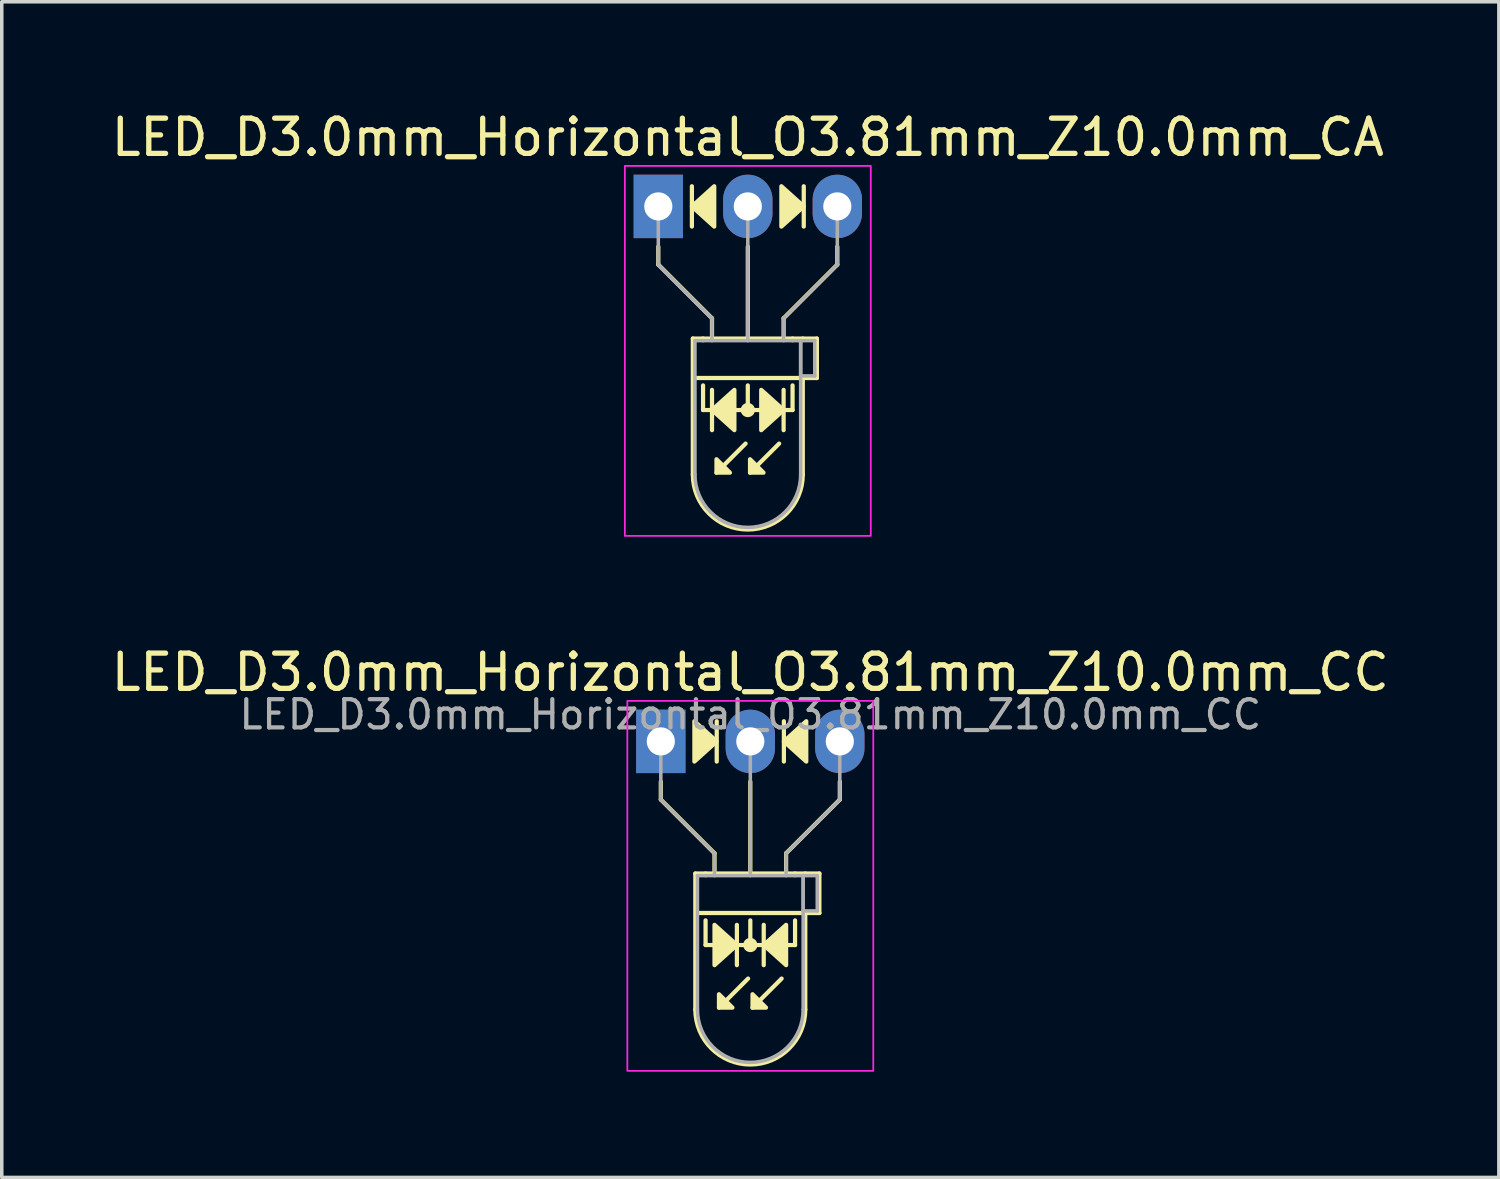
<source format=kicad_pcb>
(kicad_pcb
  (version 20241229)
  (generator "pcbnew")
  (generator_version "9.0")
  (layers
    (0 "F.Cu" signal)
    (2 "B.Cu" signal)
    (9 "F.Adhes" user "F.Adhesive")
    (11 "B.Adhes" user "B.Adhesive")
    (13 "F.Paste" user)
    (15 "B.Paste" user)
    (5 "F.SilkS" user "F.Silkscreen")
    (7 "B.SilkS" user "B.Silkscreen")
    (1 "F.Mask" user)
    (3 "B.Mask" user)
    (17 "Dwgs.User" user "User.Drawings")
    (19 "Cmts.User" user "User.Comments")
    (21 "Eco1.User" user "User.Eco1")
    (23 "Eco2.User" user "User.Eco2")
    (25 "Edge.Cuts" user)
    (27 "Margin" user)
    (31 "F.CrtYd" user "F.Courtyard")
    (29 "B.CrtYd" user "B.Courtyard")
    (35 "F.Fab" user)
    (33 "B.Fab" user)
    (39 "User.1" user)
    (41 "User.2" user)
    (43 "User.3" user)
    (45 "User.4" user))
  (footprint "LED_D3.0mm_Horizontal_O3.81mm_Z10.0mm_CC"
    (layer "F.Cu")
    (at 15.704 17.991)
    (property "Reference" "LED_D3.0mm_Horizontal_O3.81mm_Z10.0mm_CC" (at 2.54 -1.96 0) (layer "F.SilkS") (effects (font (size 1 1) (thickness 0.15))))
    (fp_line (start 0 1.143) (end 0 1.651) (stroke (width 0.12) (type default)) (layer "F.SilkS"))
    (fp_line (start 0 1.651) (end 1.524 3.175) (stroke (width 0.12) (type default)) (layer "F.SilkS"))
    (fp_line (start 0.98 3.75) (end 0.98 7.61) (stroke (width 0.12) (type solid)) (layer "F.SilkS"))
    (fp_line (start 0.98 3.75) (end 4.1 3.75) (stroke (width 0.12) (type solid)) (layer "F.SilkS"))
    (fp_line (start 1.27 3.75) (end 1.27 3.75) (stroke (width 0.12) (type solid)) (layer "F.SilkS"))
    (fp_line (start 1.27 5.779) (end 1.27 5.08) (stroke (width 0.12) (type default)) (layer "F.SilkS"))
    (fp_line (start 1.524 3.175) (end 1.524 3.683) (stroke (width 0.12) (type default)) (layer "F.SilkS"))
    (fp_line (start 1.587 0.572) (end 1.587 -0.572) (stroke (width 0.12) (type solid)) (layer "F.SilkS"))
    (fp_line (start 2.159 6.35) (end 2.159 5.207) (stroke (width 0.12) (type solid)) (layer "F.SilkS"))
    (fp_line (start 2.477 6.731) (end 1.651 7.556) (stroke (width 0.12) (type solid)) (layer "F.SilkS"))
    (fp_line (start 2.54 3.75) (end 2.54 1.143) (stroke (width 0.12) (type default)) (layer "F.SilkS"))
    (fp_line (start 2.54 5.779) (end 2.54 5.08) (stroke (width 0.12) (type default)) (layer "F.SilkS"))
    (fp_line (start 2.921 5.207) (end 2.921 6.35) (stroke (width 0.12) (type solid)) (layer "F.SilkS"))
    (fp_line (start 3.429 6.731) (end 2.603 7.556) (stroke (width 0.12) (type solid)) (layer "F.SilkS"))
    (fp_line (start 3.493 -0.572) (end 3.493 0.572) (stroke (width 0.12) (type solid)) (layer "F.SilkS"))
    (fp_line (start 3.556 3.175) (end 3.556 3.683) (stroke (width 0.12) (type default)) (layer "F.SilkS"))
    (fp_line (start 3.81 3.75) (end 3.81 3.75) (stroke (width 0.12) (type solid)) (layer "F.SilkS"))
    (fp_line (start 3.81 5.779) (end 1.27 5.779) (stroke (width 0.12) (type default)) (layer "F.SilkS"))
    (fp_line (start 3.81 5.779) (end 3.81 5.08) (stroke (width 0.12) (type default)) (layer "F.SilkS"))
    (fp_line (start 4.1 3.75) (end 4.5 3.75) (stroke (width 0.12) (type solid)) (layer "F.SilkS"))
    (fp_line (start 4.1 4.87) (end 4.1 7.61) (stroke (width 0.12) (type solid)) (layer "F.SilkS"))
    (fp_line (start 4.5 3.75) (end 4.5 4.87) (stroke (width 0.12) (type solid)) (layer "F.SilkS"))
    (fp_line (start 4.5 4.87) (end 1.016 4.87) (stroke (width 0.12) (type solid)) (layer "F.SilkS"))
    (fp_line (start 5.08 1.143) (end 5.08 1.651) (stroke (width 0.12) (type default)) (layer "F.SilkS"))
    (fp_line (start 5.08 1.651) (end 3.556 3.175) (stroke (width 0.12) (type default)) (layer "F.SilkS"))
    (fp_arc (start 4.1 7.61) (mid 2.54 9.17) (end 0.98 7.61) (stroke (width 0.12) (type solid)) (layer "F.SilkS"))
    (fp_circle (center 2.54 5.779) (end 2.682 5.779) (stroke (width 0.12) (type solid)) (fill yes) (layer "F.SilkS"))
    (fp_poly (pts (xy 0.953 -0.572) (xy 1.587 0) (xy 0.953 0.572)) (stroke (width 0.12) (type solid)) (fill yes) (layer "F.SilkS"))
    (fp_poly (pts (xy 1.524 5.207) (xy 2.159 5.779) (xy 1.524 6.35)) (stroke (width 0.12) (type solid)) (fill yes) (layer "F.SilkS"))
    (fp_poly (pts (xy 1.651 7.176) (xy 2.032 7.556) (xy 1.651 7.556)) (stroke (width 0.12) (type solid)) (fill yes) (layer "F.SilkS"))
    (fp_poly (pts (xy 2.603 7.176) (xy 2.985 7.556) (xy 2.603 7.556)) (stroke (width 0.12) (type solid)) (fill yes) (layer "F.SilkS"))
    (fp_poly (pts (xy 3.556 6.35) (xy 2.921 5.779) (xy 3.556 5.207)) (stroke (width 0.12) (type solid)) (fill yes) (layer "F.SilkS"))
    (fp_poly (pts (xy 4.128 0.572) (xy 3.493 0) (xy 4.128 -0.572)) (stroke (width 0.12) (type solid)) (fill yes) (layer "F.SilkS"))
    (fp_rect (start -0.95 -1.15) (end 6.03 9.35) (stroke (width 0.05) (type default)) (fill no) (layer "F.CrtYd"))
    (fp_line (start 0 0) (end 0 0) (stroke (width 0.1) (type solid)) (layer "F.Fab"))
    (fp_line (start 0 1.651) (end 0 0) (stroke (width 0.1) (type default)) (layer "F.Fab"))
    (fp_line (start 1.04 3.81) (end 1.04 7.61) (stroke (width 0.1) (type solid)) (layer "F.Fab"))
    (fp_line (start 1.04 3.81) (end 4.04 3.81) (stroke (width 0.1) (type solid)) (layer "F.Fab"))
    (fp_line (start 1.27 3.81) (end 1.27 3.81) (stroke (width 0.1) (type solid)) (layer "F.Fab"))
    (fp_line (start 1.524 3.175) (end 0 1.651) (stroke (width 0.1) (type default)) (layer "F.Fab"))
    (fp_line (start 1.524 3.81) (end 1.524 3.175) (stroke (width 0.1) (type default)) (layer "F.Fab"))
    (fp_line (start 2.54 0) (end 2.54 0) (stroke (width 0.1) (type solid)) (layer "F.Fab"))
    (fp_line (start 2.54 0) (end 2.54 3.81) (stroke (width 0.1) (type default)) (layer "F.Fab"))
    (fp_line (start 3.556 3.175) (end 5.08 1.651) (stroke (width 0.1) (type default)) (layer "F.Fab"))
    (fp_line (start 3.556 3.81) (end 3.556 3.175) (stroke (width 0.1) (type default)) (layer "F.Fab"))
    (fp_line (start 3.81 3.81) (end 3.81 3.81) (stroke (width 0.1) (type solid)) (layer "F.Fab"))
    (fp_line (start 4.04 3.81) (end 4.04 7.61) (stroke (width 0.1) (type solid)) (layer "F.Fab"))
    (fp_line (start 4.04 3.81) (end 4.44 3.81) (stroke (width 0.1) (type solid)) (layer "F.Fab"))
    (fp_line (start 4.04 4.81) (end 4.04 3.81) (stroke (width 0.1) (type solid)) (layer "F.Fab"))
    (fp_line (start 4.44 3.81) (end 4.44 4.81) (stroke (width 0.1) (type solid)) (layer "F.Fab"))
    (fp_line (start 4.44 4.81) (end 4.04 4.81) (stroke (width 0.1) (type solid)) (layer "F.Fab"))
    (fp_line (start 5.08 1.651) (end 5.08 0) (stroke (width 0.1) (type default)) (layer "F.Fab"))
    (fp_arc (start 4.04 7.61) (mid 2.54 9.11) (end 1.04 7.61) (stroke (width 0.1) (type solid)) (layer "F.Fab"))
    (fp_text user "${REFERENCE}" (at 2.54 -0.762 0) (layer "F.Fab") (effects (font (size 0.8 0.8) (thickness 0.12))))
    (pad "1" thru_hole rect (at 0 0) (size 1.4 1.8) (drill 0.8) (layers "*.Cu" "*.Mask"))
    (pad "2" thru_hole oval (at 2.54 0) (size 1.4 1.8) (drill 0.8) (layers "*.Cu" "*.Mask"))
    (pad "3" thru_hole oval (at 5.08 0) (size 1.4 1.8) (drill 0.8) (layers "*.Cu" "*.Mask")))
  (footprint "LED_D3.0mm_Horizontal_O3.81mm_Z10.0mm_CA"
    (layer "F.Cu")
    (at 15.633 2.808)
    (property "Reference" "LED_D3.0mm_Horizontal_O3.81mm_Z10.0mm_CA" (at 2.54 -1.96 0) (layer "F.SilkS") (effects (font (size 1 1) (thickness 0.15))))
    (fp_line (start 0 1.143) (end 0 1.651) (stroke (width 0.12) (type default)) (layer "F.SilkS"))
    (fp_line (start 0 1.651) (end 1.524 3.175) (stroke (width 0.12) (type default)) (layer "F.SilkS"))
    (fp_line (start 0.953 -0.572) (end 0.953 0.572) (stroke (width 0.12) (type solid)) (layer "F.SilkS"))
    (fp_line (start 0.98 3.75) (end 0.98 7.61) (stroke (width 0.12) (type solid)) (layer "F.SilkS"))
    (fp_line (start 0.98 3.75) (end 4.1 3.75) (stroke (width 0.12) (type solid)) (layer "F.SilkS"))
    (fp_line (start 1.27 3.75) (end 1.27 3.75) (stroke (width 0.12) (type solid)) (layer "F.SilkS"))
    (fp_line (start 1.27 5.779) (end 1.27 5.08) (stroke (width 0.12) (type default)) (layer "F.SilkS"))
    (fp_line (start 1.524 3.175) (end 1.524 3.683) (stroke (width 0.12) (type default)) (layer "F.SilkS"))
    (fp_line (start 1.524 5.207) (end 1.524 6.35) (stroke (width 0.12) (type solid)) (layer "F.SilkS"))
    (fp_line (start 2.477 6.731) (end 1.651 7.556) (stroke (width 0.12) (type solid)) (layer "F.SilkS"))
    (fp_line (start 2.54 3.75) (end 2.54 1.143) (stroke (width 0.12) (type default)) (layer "F.SilkS"))
    (fp_line (start 2.54 5.779) (end 2.54 5.08) (stroke (width 0.12) (type default)) (layer "F.SilkS"))
    (fp_line (start 3.429 6.731) (end 2.603 7.556) (stroke (width 0.12) (type solid)) (layer "F.SilkS"))
    (fp_line (start 3.556 3.175) (end 3.556 3.683) (stroke (width 0.12) (type default)) (layer "F.SilkS"))
    (fp_line (start 3.556 6.35) (end 3.556 5.207) (stroke (width 0.12) (type solid)) (layer "F.SilkS"))
    (fp_line (start 3.81 3.75) (end 3.81 3.75) (stroke (width 0.12) (type solid)) (layer "F.SilkS"))
    (fp_line (start 3.81 5.779) (end 1.27 5.779) (stroke (width 0.12) (type default)) (layer "F.SilkS"))
    (fp_line (start 3.81 5.779) (end 3.81 5.08) (stroke (width 0.12) (type default)) (layer "F.SilkS"))
    (fp_line (start 4.1 3.75) (end 4.5 3.75) (stroke (width 0.12) (type solid)) (layer "F.SilkS"))
    (fp_line (start 4.1 4.87) (end 4.1 7.61) (stroke (width 0.12) (type solid)) (layer "F.SilkS"))
    (fp_line (start 4.128 0.572) (end 4.128 -0.572) (stroke (width 0.12) (type solid)) (layer "F.SilkS"))
    (fp_line (start 4.5 3.75) (end 4.5 4.87) (stroke (width 0.12) (type solid)) (layer "F.SilkS"))
    (fp_line (start 4.5 4.87) (end 1.016 4.87) (stroke (width 0.12) (type solid)) (layer "F.SilkS"))
    (fp_line (start 5.08 1.143) (end 5.08 1.651) (stroke (width 0.12) (type default)) (layer "F.SilkS"))
    (fp_line (start 5.08 1.651) (end 3.556 3.175) (stroke (width 0.12) (type default)) (layer "F.SilkS"))
    (fp_arc (start 4.1 7.61) (mid 2.54 9.17) (end 0.98 7.61) (stroke (width 0.12) (type solid)) (layer "F.SilkS"))
    (fp_circle (center 2.54 5.779) (end 2.682 5.779) (stroke (width 0.12) (type solid)) (fill yes) (layer "F.SilkS"))
    (fp_poly (pts (xy 1.587 0.572) (xy 0.953 0) (xy 1.587 -0.572)) (stroke (width 0.12) (type solid)) (fill yes) (layer "F.SilkS"))
    (fp_poly (pts (xy 1.651 7.176) (xy 2.032 7.556) (xy 1.651 7.556)) (stroke (width 0.12) (type solid)) (fill yes) (layer "F.SilkS"))
    (fp_poly (pts (xy 2.159 6.35) (xy 1.524 5.779) (xy 2.159 5.207)) (stroke (width 0.12) (type solid)) (fill yes) (layer "F.SilkS"))
    (fp_poly (pts (xy 2.603 7.176) (xy 2.985 7.556) (xy 2.603 7.556)) (stroke (width 0.12) (type solid)) (fill yes) (layer "F.SilkS"))
    (fp_poly (pts (xy 2.921 5.207) (xy 3.556 5.779) (xy 2.921 6.35)) (stroke (width 0.12) (type solid)) (fill yes) (layer "F.SilkS"))
    (fp_poly (pts (xy 3.493 -0.572) (xy 4.128 0) (xy 3.493 0.572)) (stroke (width 0.12) (type solid)) (fill yes) (layer "F.SilkS"))
    (fp_rect (start -0.95 -1.15) (end 6.03 9.35) (stroke (width 0.05) (type default)) (fill no) (layer "F.CrtYd"))
    (fp_line (start 0 0) (end 0 0) (stroke (width 0.1) (type solid)) (layer "F.Fab"))
    (fp_line (start 0 1.651) (end 0 0) (stroke (width 0.1) (type default)) (layer "F.Fab"))
    (fp_line (start 1.04 3.81) (end 1.04 7.61) (stroke (width 0.1) (type solid)) (layer "F.Fab"))
    (fp_line (start 1.04 3.81) (end 4.04 3.81) (stroke (width 0.1) (type solid)) (layer "F.Fab"))
    (fp_line (start 1.27 3.81) (end 1.27 3.81) (stroke (width 0.1) (type solid)) (layer "F.Fab"))
    (fp_line (start 1.524 3.175) (end 0 1.651) (stroke (width 0.1) (type default)) (layer "F.Fab"))
    (fp_line (start 1.524 3.81) (end 1.524 3.175) (stroke (width 0.1) (type default)) (layer "F.Fab"))
    (fp_line (start 2.54 0) (end 2.54 0) (stroke (width 0.1) (type solid)) (layer "F.Fab"))
    (fp_line (start 2.54 0) (end 2.54 3.81) (stroke (width 0.1) (type default)) (layer "F.Fab"))
    (fp_line (start 3.556 3.175) (end 5.08 1.651) (stroke (width 0.1) (type default)) (layer "F.Fab"))
    (fp_line (start 3.556 3.81) (end 3.556 3.175) (stroke (width 0.1) (type default)) (layer "F.Fab"))
    (fp_line (start 3.81 3.81) (end 3.81 3.81) (stroke (width 0.1) (type solid)) (layer "F.Fab"))
    (fp_line (start 4.04 3.81) (end 4.04 7.61) (stroke (width 0.1) (type solid)) (layer "F.Fab"))
    (fp_line (start 4.04 3.81) (end 4.44 3.81) (stroke (width 0.1) (type solid)) (layer "F.Fab"))
    (fp_line (start 4.04 4.81) (end 4.04 3.81) (stroke (width 0.1) (type solid)) (layer "F.Fab"))
    (fp_line (start 4.44 3.81) (end 4.44 4.81) (stroke (width 0.1) (type solid)) (layer "F.Fab"))
    (fp_line (start 4.44 4.81) (end 4.04 4.81) (stroke (width 0.1) (type solid)) (layer "F.Fab"))
    (fp_line (start 5.08 1.651) (end 5.08 0) (stroke (width 0.1) (type default)) (layer "F.Fab"))
    (fp_arc (start 4.04 7.61) (mid 2.54 9.11) (end 1.04 7.61) (stroke (width 0.1) (type solid)) (layer "F.Fab"))
    (pad "1" thru_hole rect (at 0 0) (size 1.4 1.8) (drill 0.8) (layers "*.Cu" "*.Mask"))
    (pad "2" thru_hole oval (at 2.54 0) (size 1.4 1.8) (drill 0.8) (layers "*.Cu" "*.Mask"))
    (pad "3" thru_hole oval (at 5.08 0) (size 1.4 1.8) (drill 0.8) (layers "*.Cu" "*.Mask")))
  (gr_rect
    (start -3 -3)
    (end 39.488 30.366)
    (stroke (width 0.1) (type default))
    (fill no)
    (layer "Edge.Cuts")))
</source>
